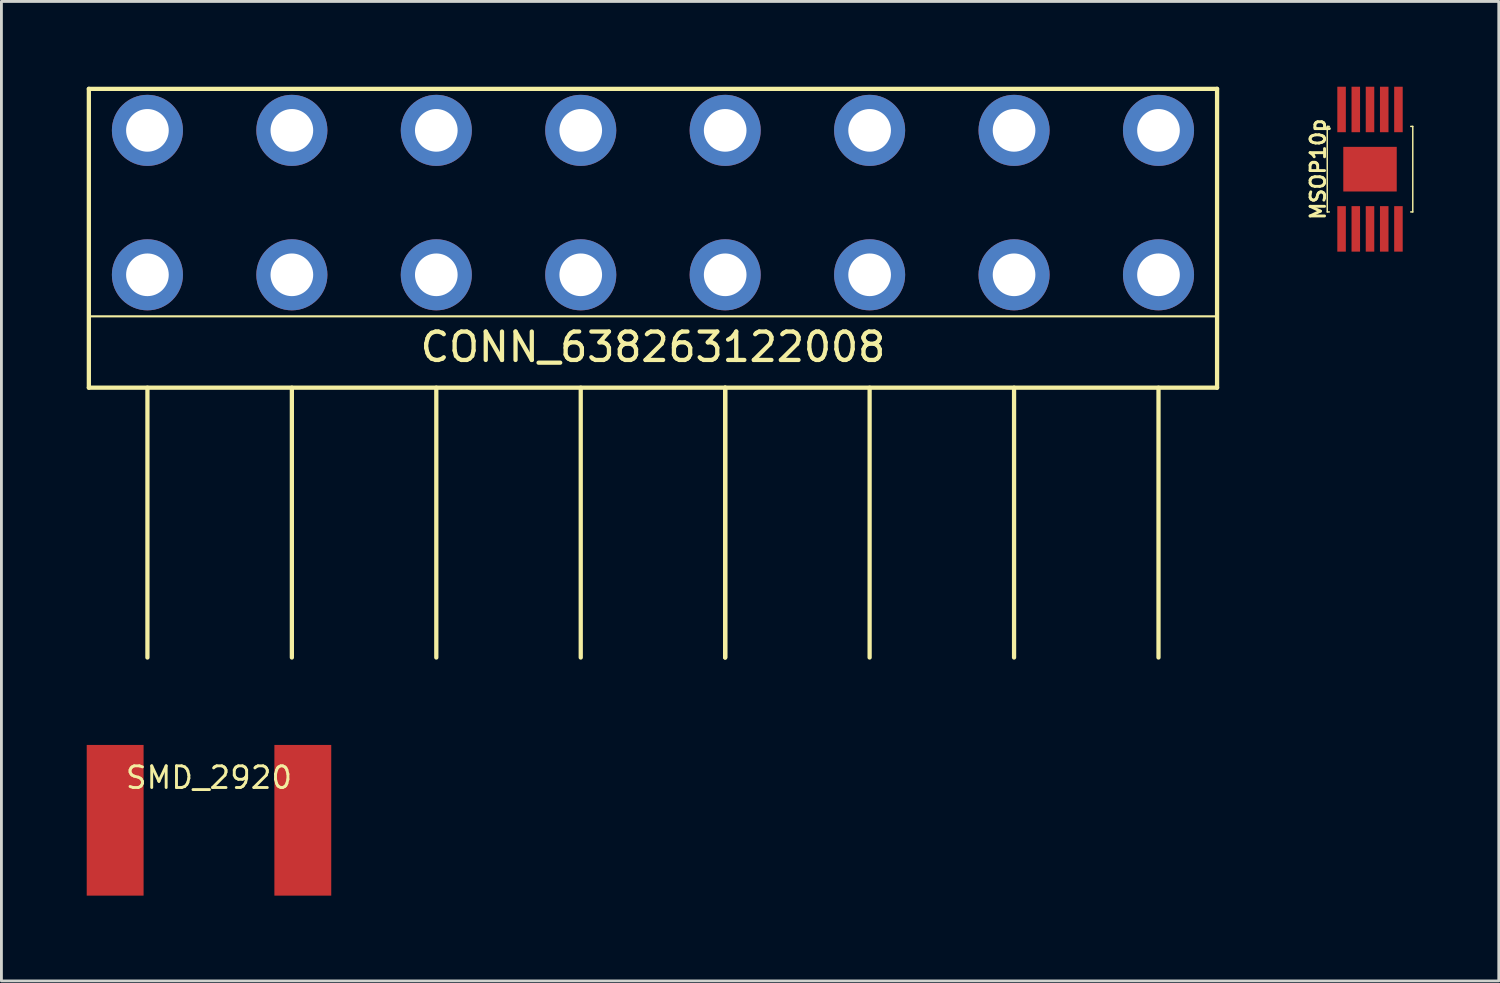
<source format=kicad_pcb>
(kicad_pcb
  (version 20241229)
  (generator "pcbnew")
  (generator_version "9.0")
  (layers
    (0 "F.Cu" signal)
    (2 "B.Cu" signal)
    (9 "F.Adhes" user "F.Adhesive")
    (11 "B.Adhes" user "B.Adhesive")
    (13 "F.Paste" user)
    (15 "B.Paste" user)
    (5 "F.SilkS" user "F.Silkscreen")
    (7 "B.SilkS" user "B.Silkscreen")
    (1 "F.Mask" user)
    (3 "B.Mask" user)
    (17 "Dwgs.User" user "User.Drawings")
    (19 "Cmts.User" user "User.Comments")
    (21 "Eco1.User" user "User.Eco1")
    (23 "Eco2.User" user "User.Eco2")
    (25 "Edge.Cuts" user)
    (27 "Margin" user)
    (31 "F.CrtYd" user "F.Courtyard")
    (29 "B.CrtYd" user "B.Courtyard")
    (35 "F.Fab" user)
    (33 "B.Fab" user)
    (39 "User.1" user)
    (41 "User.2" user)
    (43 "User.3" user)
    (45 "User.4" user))
  (footprint "CONN_638263122008"
    (layer "F.Cu")
    (at 2.135 1.535)
    (property "Reference" "CONN_638263122008" (at 17.78 7.62 0) (layer "F.SilkS") (effects (font (size 1 1) (thickness 0.15))))
    (attr through_hole)
    (fp_line (start -2.06 -1.46) (end 37.62 -1.46) (stroke (width 0.15) (type solid)) (layer "F.SilkS"))
    (fp_line (start -2.06 6.54) (end 37.62 6.54) (stroke (width 0.076) (type solid)) (layer "F.SilkS"))
    (fp_line (start -2.06 9.05) (end -2.06 -1.46) (stroke (width 0.15) (type solid)) (layer "F.SilkS"))
    (fp_line (start 0 9.05) (end 0 18.54) (stroke (width 0.15) (type solid)) (layer "F.SilkS"))
    (fp_line (start 5.08 9.05) (end 5.08 18.54) (stroke (width 0.15) (type solid)) (layer "F.SilkS"))
    (fp_line (start 10.16 9.05) (end 10.16 18.54) (stroke (width 0.15) (type solid)) (layer "F.SilkS"))
    (fp_line (start 15.24 9.05) (end 15.24 18.54) (stroke (width 0.15) (type solid)) (layer "F.SilkS"))
    (fp_line (start 20.32 9.05) (end 20.32 18.54) (stroke (width 0.15) (type solid)) (layer "F.SilkS"))
    (fp_line (start 20.32 9.05) (end 20.32 18.54) (stroke (width 0.15) (type solid)) (layer "F.SilkS"))
    (fp_line (start 25.4 9.05) (end 25.4 18.54) (stroke (width 0.15) (type solid)) (layer "F.SilkS"))
    (fp_line (start 30.48 9.05) (end 30.48 18.54) (stroke (width 0.15) (type solid)) (layer "F.SilkS"))
    (fp_line (start 35.56 9.05) (end 35.56 18.54) (stroke (width 0.15) (type solid)) (layer "F.SilkS"))
    (fp_line (start 37.62 -1.46) (end 37.62 9.05) (stroke (width 0.15) (type solid)) (layer "F.SilkS"))
    (fp_line (start 37.62 9.05) (end -2.06 9.05) (stroke (width 0.15) (type solid)) (layer "F.SilkS"))
    (pad "1" thru_hole circle (at 0 0) (size 2.5 2.5) (drill 1.5) (layers "*.Cu" "*.Mask"))
    (pad "1" thru_hole circle (at 0 5.08) (size 2.5 2.5) (drill 1.5) (layers "*.Cu" "*.Mask"))
    (pad "2" thru_hole circle (at 5.08 0) (size 2.5 2.5) (drill 1.5) (layers "*.Cu" "*.Mask"))
    (pad "2" thru_hole circle (at 5.08 5.08) (size 2.5 2.5) (drill 1.5) (layers "*.Cu" "*.Mask"))
    (pad "3" thru_hole circle (at 10.16 0) (size 2.5 2.5) (drill 1.5) (layers "*.Cu" "*.Mask"))
    (pad "3" thru_hole circle (at 10.16 5.08) (size 2.5 2.5) (drill 1.5) (layers "*.Cu" "*.Mask"))
    (pad "4" thru_hole circle (at 15.24 0) (size 2.5 2.5) (drill 1.5) (layers "*.Cu" "*.Mask"))
    (pad "4" thru_hole circle (at 15.24 5.08) (size 2.5 2.5) (drill 1.5) (layers "*.Cu" "*.Mask"))
    (pad "5" thru_hole circle (at 20.32 0) (size 2.5 2.5) (drill 1.5) (layers "*.Cu" "*.Mask"))
    (pad "5" thru_hole circle (at 20.32 5.08) (size 2.5 2.5) (drill 1.5) (layers "*.Cu" "*.Mask"))
    (pad "6" thru_hole circle (at 25.4 0) (size 2.5 2.5) (drill 1.5) (layers "*.Cu" "*.Mask"))
    (pad "6" thru_hole circle (at 25.4 5.08) (size 2.5 2.5) (drill 1.5) (layers "*.Cu" "*.Mask"))
    (pad "7" thru_hole circle (at 30.48 0) (size 2.5 2.5) (drill 1.5) (layers "*.Cu" "*.Mask"))
    (pad "7" thru_hole circle (at 30.48 5.08) (size 2.5 2.5) (drill 1.5) (layers "*.Cu" "*.Mask"))
    (pad "8" thru_hole circle (at 35.56 0) (size 2.5 2.5) (drill 1.5) (layers "*.Cu" "*.Mask"))
    (pad "8" thru_hole circle (at 35.56 5.08) (size 2.5 2.5) (drill 1.5) (layers "*.Cu" "*.Mask")))
  (footprint "MSOP10p"
    (layer "F.Cu")
    (at 45.134 2.9)
    (property "Reference" "MSOP10p" (at -1.829 0 90) (layer "F.SilkS") (effects (font (size 0.508 0.508) (thickness 0.102))))
    (attr through_hole)
    (fp_line (start -1.504 -1.504) (end -1.504 1.504) (stroke (width 0.051) (type solid)) (layer "F.SilkS"))
    (fp_line (start -1.504 -1.504) (end -1.433 -1.504) (stroke (width 0.051) (type solid)) (layer "F.SilkS"))
    (fp_line (start -1.504 1.504) (end -1.433 1.504) (stroke (width 0.051) (type solid)) (layer "F.SilkS"))
    (fp_line (start 1.504 -1.504) (end 1.433 -1.504) (stroke (width 0.051) (type solid)) (layer "F.SilkS"))
    (fp_line (start 1.504 -1.504) (end 1.504 1.504) (stroke (width 0.051) (type solid)) (layer "F.SilkS"))
    (fp_line (start 1.504 1.504) (end 1.433 1.504) (stroke (width 0.051) (type solid)) (layer "F.SilkS"))
    (pad "1" smd rect (at -1 2.1) (size 0.3 1.6) (layers "F.Cu" "F.Mask" "F.Paste"))
    (pad "2" smd rect (at -0.5 2.1) (size 0.3 1.6) (layers "F.Cu" "F.Mask" "F.Paste"))
    (pad "3" smd rect (at 0 2.1) (size 0.3 1.6) (layers "F.Cu" "F.Mask" "F.Paste"))
    (pad "4" smd rect (at 0.5 2.1) (size 0.3 1.6) (layers "F.Cu" "F.Mask" "F.Paste"))
    (pad "5" smd rect (at 1 2.1) (size 0.3 1.6) (layers "F.Cu" "F.Mask" "F.Paste"))
    (pad "6" smd rect (at 1 -2.1) (size 0.3 1.6) (layers "F.Cu" "F.Mask" "F.Paste"))
    (pad "7" smd rect (at 0.5 -2.1) (size 0.3 1.6) (layers "F.Cu" "F.Mask" "F.Paste"))
    (pad "8" smd rect (at 0 -2.1) (size 0.3 1.6) (layers "F.Cu" "F.Mask" "F.Paste"))
    (pad "9" smd rect (at -0.5 -2.1) (size 0.3 1.6) (layers "F.Cu" "F.Mask" "F.Paste"))
    (pad "10" smd rect (at -1 -2.1) (size 0.3 1.6) (layers "F.Cu" "F.Mask" "F.Paste"))
    (pad "PAD" smd rect (at 0 0) (size 1.88 1.57) (layers "F.Cu" "F.Mask" "F.Paste")))
  (footprint "SMD_2920"
    (layer "F.Cu")
    (at 4.3 25.8)
    (property "Reference" "SMD_2920" (at 0 -1.5 0) (layer "F.SilkS") (effects (font (size 0.762 0.762) (thickness 0.102))))
    (attr through_hole)
    (pad "1" smd rect (at -3.3 0) (size 2 5.3) (layers "F.Cu" "F.Mask" "F.Paste"))
    (pad "2" smd rect (at 3.3 0) (size 2 5.3) (layers "F.Cu" "F.Mask" "F.Paste")))
  (gr_rect
    (start -3 -3)
    (end 49.663 31.45)
    (stroke (width 0.1) (type default))
    (fill no)
    (layer "Edge.Cuts")))
</source>
